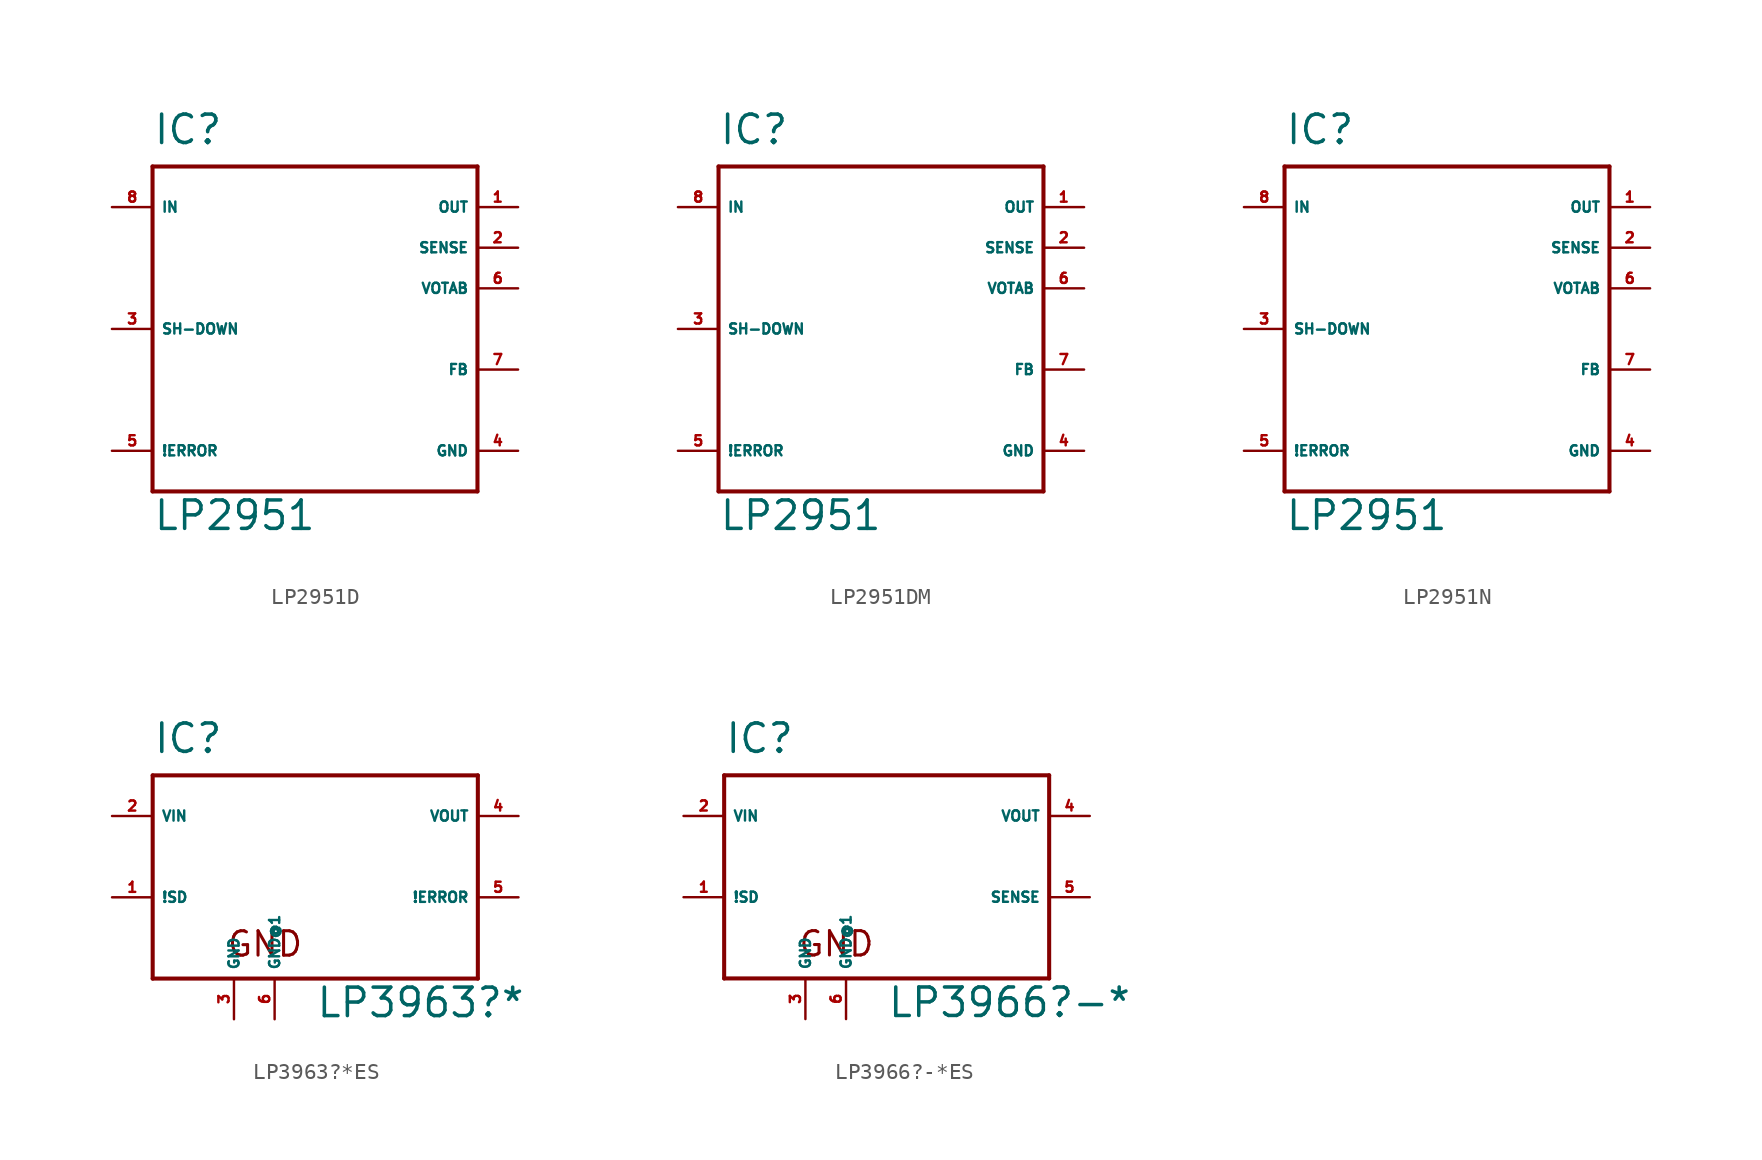
<source format=kicad_sym>
(kicad_symbol_lib
  (version 20220914)
  (generator Eagle2Kicad)
  (symbol "LP2951D"
    (property "Reference" "IC"
      (at -10.16 11.43 0)
      (effects (font (size 1.778 1.778) (thickness 0.22)) (justify left bottom)))
    (property "Value" "LP2951"
      (at -10.16 -12.7 0)
      (effects (font (size 1.778 1.778) (thickness 0.22)) (justify left bottom)))
    (polyline
      (pts (xy -10.16 10.16) (xy 10.16 10.16))
      (stroke (width 0.254) (type default))
      (fill (type none)))
    (polyline
      (pts (xy 10.16 10.16) (xy 10.16 -10.16))
      (stroke (width 0.254) (type default))
      (fill (type none)))
    (polyline
      (pts (xy 10.16 -10.16) (xy -10.16 -10.16))
      (stroke (width 0.254) (type default))
      (fill (type none)))
    (polyline
      (pts (xy -10.16 -10.16) (xy -10.16 10.16))
      (stroke (width 0.254) (type default))
      (fill (type none)))
    (pin input line
      (at 12.7 7.62 180)
      (length 2.54)
      (name "OUT" (effects (font (size 0.635 0.635) (thickness 0.08)) (justify left bottom)))
      (number "1" (effects (font (size 0.635 0.635) (thickness 0.08)) (justify left bottom))))
    (pin input line
      (at 12.7 5.08 180)
      (length 2.54)
      (name "SENSE" (effects (font (size 0.635 0.635) (thickness 0.08)) (justify left bottom)))
      (number "2" (effects (font (size 0.635 0.635) (thickness 0.08)) (justify left bottom))))
    (pin input line
      (at -12.7 7.62 0)
      (length 2.54)
      (name "IN" (effects (font (size 0.635 0.635) (thickness 0.08)) (justify left bottom)))
      (number "8" (effects (font (size 0.635 0.635) (thickness 0.08)) (justify left bottom))))
    (pin input line
      (at 12.7 -2.54 180)
      (length 2.54)
      (name "FB" (effects (font (size 0.635 0.635) (thickness 0.08)) (justify left bottom)))
      (number "7" (effects (font (size 0.635 0.635) (thickness 0.08)) (justify left bottom))))
    (pin input line
      (at -12.7 0 0)
      (length 2.54)
      (name "SH-DOWN" (effects (font (size 0.635 0.635) (thickness 0.08)) (justify left bottom)))
      (number "3" (effects (font (size 0.635 0.635) (thickness 0.08)) (justify left bottom))))
    (pin output line
      (at -12.7 -7.62 0)
      (length 2.54)
      (name "!ERROR" (effects (font (size 0.635 0.635) (thickness 0.08)) (justify left bottom)))
      (number "5" (effects (font (size 0.635 0.635) (thickness 0.08)) (justify left bottom))))
    (pin passive line
      (at 12.7 2.54 180)
      (length 2.54)
      (name "VOTAB" (effects (font (size 0.635 0.635) (thickness 0.08)) (justify left bottom)))
      (number "6" (effects (font (size 0.635 0.635) (thickness 0.08)) (justify left bottom))))
    (pin unspecified line
      (at 12.7 -7.62 180)
      (length 2.54)
      (name "GND" (effects (font (size 0.635 0.635) (thickness 0.08)) (justify left bottom)))
      (number "4" (effects (font (size 0.635 0.635) (thickness 0.08)) (justify left bottom)))))
  (symbol "LP2951DM"
    (property "Reference" "IC"
      (at -10.16 11.43 0)
      (effects (font (size 1.778 1.778) (thickness 0.22)) (justify left bottom)))
    (property "Value" "LP2951"
      (at -10.16 -12.7 0)
      (effects (font (size 1.778 1.778) (thickness 0.22)) (justify left bottom)))
    (polyline
      (pts (xy -10.16 10.16) (xy 10.16 10.16))
      (stroke (width 0.254) (type default))
      (fill (type none)))
    (polyline
      (pts (xy 10.16 10.16) (xy 10.16 -10.16))
      (stroke (width 0.254) (type default))
      (fill (type none)))
    (polyline
      (pts (xy 10.16 -10.16) (xy -10.16 -10.16))
      (stroke (width 0.254) (type default))
      (fill (type none)))
    (polyline
      (pts (xy -10.16 -10.16) (xy -10.16 10.16))
      (stroke (width 0.254) (type default))
      (fill (type none)))
    (pin input line
      (at 12.7 7.62 180)
      (length 2.54)
      (name "OUT" (effects (font (size 0.635 0.635) (thickness 0.08)) (justify left bottom)))
      (number "1" (effects (font (size 0.635 0.635) (thickness 0.08)) (justify left bottom))))
    (pin input line
      (at 12.7 5.08 180)
      (length 2.54)
      (name "SENSE" (effects (font (size 0.635 0.635) (thickness 0.08)) (justify left bottom)))
      (number "2" (effects (font (size 0.635 0.635) (thickness 0.08)) (justify left bottom))))
    (pin input line
      (at -12.7 7.62 0)
      (length 2.54)
      (name "IN" (effects (font (size 0.635 0.635) (thickness 0.08)) (justify left bottom)))
      (number "8" (effects (font (size 0.635 0.635) (thickness 0.08)) (justify left bottom))))
    (pin input line
      (at 12.7 -2.54 180)
      (length 2.54)
      (name "FB" (effects (font (size 0.635 0.635) (thickness 0.08)) (justify left bottom)))
      (number "7" (effects (font (size 0.635 0.635) (thickness 0.08)) (justify left bottom))))
    (pin input line
      (at -12.7 0 0)
      (length 2.54)
      (name "SH-DOWN" (effects (font (size 0.635 0.635) (thickness 0.08)) (justify left bottom)))
      (number "3" (effects (font (size 0.635 0.635) (thickness 0.08)) (justify left bottom))))
    (pin output line
      (at -12.7 -7.62 0)
      (length 2.54)
      (name "!ERROR" (effects (font (size 0.635 0.635) (thickness 0.08)) (justify left bottom)))
      (number "5" (effects (font (size 0.635 0.635) (thickness 0.08)) (justify left bottom))))
    (pin passive line
      (at 12.7 2.54 180)
      (length 2.54)
      (name "VOTAB" (effects (font (size 0.635 0.635) (thickness 0.08)) (justify left bottom)))
      (number "6" (effects (font (size 0.635 0.635) (thickness 0.08)) (justify left bottom))))
    (pin unspecified line
      (at 12.7 -7.62 180)
      (length 2.54)
      (name "GND" (effects (font (size 0.635 0.635) (thickness 0.08)) (justify left bottom)))
      (number "4" (effects (font (size 0.635 0.635) (thickness 0.08)) (justify left bottom)))))
  (symbol "LP2951N"
    (property "Reference" "IC"
      (at -10.16 11.43 0)
      (effects (font (size 1.778 1.778) (thickness 0.22)) (justify left bottom)))
    (property "Value" "LP2951"
      (at -10.16 -12.7 0)
      (effects (font (size 1.778 1.778) (thickness 0.22)) (justify left bottom)))
    (polyline
      (pts (xy -10.16 10.16) (xy 10.16 10.16))
      (stroke (width 0.254) (type default))
      (fill (type none)))
    (polyline
      (pts (xy 10.16 10.16) (xy 10.16 -10.16))
      (stroke (width 0.254) (type default))
      (fill (type none)))
    (polyline
      (pts (xy 10.16 -10.16) (xy -10.16 -10.16))
      (stroke (width 0.254) (type default))
      (fill (type none)))
    (polyline
      (pts (xy -10.16 -10.16) (xy -10.16 10.16))
      (stroke (width 0.254) (type default))
      (fill (type none)))
    (pin input line
      (at 12.7 7.62 180)
      (length 2.54)
      (name "OUT" (effects (font (size 0.635 0.635) (thickness 0.08)) (justify left bottom)))
      (number "1" (effects (font (size 0.635 0.635) (thickness 0.08)) (justify left bottom))))
    (pin input line
      (at 12.7 5.08 180)
      (length 2.54)
      (name "SENSE" (effects (font (size 0.635 0.635) (thickness 0.08)) (justify left bottom)))
      (number "2" (effects (font (size 0.635 0.635) (thickness 0.08)) (justify left bottom))))
    (pin input line
      (at -12.7 7.62 0)
      (length 2.54)
      (name "IN" (effects (font (size 0.635 0.635) (thickness 0.08)) (justify left bottom)))
      (number "8" (effects (font (size 0.635 0.635) (thickness 0.08)) (justify left bottom))))
    (pin input line
      (at 12.7 -2.54 180)
      (length 2.54)
      (name "FB" (effects (font (size 0.635 0.635) (thickness 0.08)) (justify left bottom)))
      (number "7" (effects (font (size 0.635 0.635) (thickness 0.08)) (justify left bottom))))
    (pin input line
      (at -12.7 0 0)
      (length 2.54)
      (name "SH-DOWN" (effects (font (size 0.635 0.635) (thickness 0.08)) (justify left bottom)))
      (number "3" (effects (font (size 0.635 0.635) (thickness 0.08)) (justify left bottom))))
    (pin output line
      (at -12.7 -7.62 0)
      (length 2.54)
      (name "!ERROR" (effects (font (size 0.635 0.635) (thickness 0.08)) (justify left bottom)))
      (number "5" (effects (font (size 0.635 0.635) (thickness 0.08)) (justify left bottom))))
    (pin passive line
      (at 12.7 2.54 180)
      (length 2.54)
      (name "VOTAB" (effects (font (size 0.635 0.635) (thickness 0.08)) (justify left bottom)))
      (number "6" (effects (font (size 0.635 0.635) (thickness 0.08)) (justify left bottom))))
    (pin unspecified line
      (at 12.7 -7.62 180)
      (length 2.54)
      (name "GND" (effects (font (size 0.635 0.635) (thickness 0.08)) (justify left bottom)))
      (number "4" (effects (font (size 0.635 0.635) (thickness 0.08)) (justify left bottom)))))
  (symbol "LP3963?*ES"
    (property "Reference" "IC"
      (at -10.16 6.35 0)
      (effects (font (size 1.778 1.778) (thickness 0.22)) (justify left bottom)))
    (property "Value" "LP3963?*"
      (at 0 -10.16 0)
      (effects (font (size 1.778 1.778) (thickness 0.22)) (justify left bottom)))
    (polyline
      (pts (xy -10.16 -7.62) (xy 10.16 -7.62))
      (stroke (width 0.254) (type default))
      (fill (type none)))
    (polyline
      (pts (xy 10.16 -7.62) (xy 10.16 5.08))
      (stroke (width 0.254) (type default))
      (fill (type none)))
    (polyline
      (pts (xy 10.16 5.08) (xy -10.16 5.08))
      (stroke (width 0.254) (type default))
      (fill (type none)))
    (polyline
      (pts (xy -10.16 5.08) (xy -10.16 -7.62))
      (stroke (width 0.254) (type default))
      (fill (type none)))
    (text "GND"
      (at -5.588 -6.35 0)
      (effects (font (size 1.524 1.524) (thickness 0.19)) (justify left bottom)))
    (pin input line
      (at 12.7 2.54 180)
      (length 2.54)
      (name "VOUT" (effects (font (size 0.635 0.635) (thickness 0.08)) (justify left bottom)))
      (number "4" (effects (font (size 0.635 0.635) (thickness 0.08)) (justify left bottom))))
    (pin input line
      (at -12.7 -2.54 0)
      (length 2.54)
      (name "!SD" (effects (font (size 0.635 0.635) (thickness 0.08)) (justify left bottom)))
      (number "1" (effects (font (size 0.635 0.635) (thickness 0.08)) (justify left bottom))))
    (pin input line
      (at -12.7 2.54 0)
      (length 2.54)
      (name "VIN" (effects (font (size 0.635 0.635) (thickness 0.08)) (justify left bottom)))
      (number "2" (effects (font (size 0.635 0.635) (thickness 0.08)) (justify left bottom))))
    (pin output line
      (at 12.7 -2.54 180)
      (length 2.54)
      (name "!ERROR" (effects (font (size 0.635 0.635) (thickness 0.08)) (justify left bottom)))
      (number "5" (effects (font (size 0.635 0.635) (thickness 0.08)) (justify left bottom))))
    (pin unspecified line
      (at -5.08 -10.16 90)
      (length 2.54)
      (name "GND" (effects (font (size 0.635 0.635) (thickness 0.08)) (justify left bottom)))
      (number "3" (effects (font (size 0.635 0.635) (thickness 0.08)) (justify left bottom))))
    (pin unspecified line
      (at -2.54 -10.16 90)
      (length 2.54)
      (name "GND@1" (effects (font (size 0.635 0.635) (thickness 0.08)) (justify left bottom)))
      (number "6" (effects (font (size 0.635 0.635) (thickness 0.08)) (justify left bottom)))))
  (symbol "LP3966?-*ES"
    (property "Reference" "IC"
      (at -10.16 6.35 0)
      (effects (font (size 1.778 1.778) (thickness 0.22)) (justify left bottom)))
    (property "Value" "LP3966?-*"
      (at 0 -10.16 0)
      (effects (font (size 1.778 1.778) (thickness 0.22)) (justify left bottom)))
    (polyline
      (pts (xy -10.16 -7.62) (xy 10.16 -7.62))
      (stroke (width 0.254) (type default))
      (fill (type none)))
    (polyline
      (pts (xy 10.16 -7.62) (xy 10.16 5.08))
      (stroke (width 0.254) (type default))
      (fill (type none)))
    (polyline
      (pts (xy 10.16 5.08) (xy -10.16 5.08))
      (stroke (width 0.254) (type default))
      (fill (type none)))
    (polyline
      (pts (xy -10.16 5.08) (xy -10.16 -7.62))
      (stroke (width 0.254) (type default))
      (fill (type none)))
    (text "GND"
      (at -5.588 -6.35 0)
      (effects (font (size 1.524 1.524) (thickness 0.19)) (justify left bottom)))
    (pin input line
      (at 12.7 2.54 180)
      (length 2.54)
      (name "VOUT" (effects (font (size 0.635 0.635) (thickness 0.08)) (justify left bottom)))
      (number "4" (effects (font (size 0.635 0.635) (thickness 0.08)) (justify left bottom))))
    (pin input line
      (at -12.7 -2.54 0)
      (length 2.54)
      (name "!SD" (effects (font (size 0.635 0.635) (thickness 0.08)) (justify left bottom)))
      (number "1" (effects (font (size 0.635 0.635) (thickness 0.08)) (justify left bottom))))
    (pin input line
      (at -12.7 2.54 0)
      (length 2.54)
      (name "VIN" (effects (font (size 0.635 0.635) (thickness 0.08)) (justify left bottom)))
      (number "2" (effects (font (size 0.635 0.635) (thickness 0.08)) (justify left bottom))))
    (pin input line
      (at 12.7 -2.54 180)
      (length 2.54)
      (name "SENSE" (effects (font (size 0.635 0.635) (thickness 0.08)) (justify left bottom)))
      (number "5" (effects (font (size 0.635 0.635) (thickness 0.08)) (justify left bottom))))
    (pin unspecified line
      (at -5.08 -10.16 90)
      (length 2.54)
      (name "GND" (effects (font (size 0.635 0.635) (thickness 0.08)) (justify left bottom)))
      (number "3" (effects (font (size 0.635 0.635) (thickness 0.08)) (justify left bottom))))
    (pin unspecified line
      (at -2.54 -10.16 90)
      (length 2.54)
      (name "GND@1" (effects (font (size 0.635 0.635) (thickness 0.08)) (justify left bottom)))
      (number "6" (effects (font (size 0.635 0.635) (thickness 0.08)) (justify left bottom))))))
</source>
